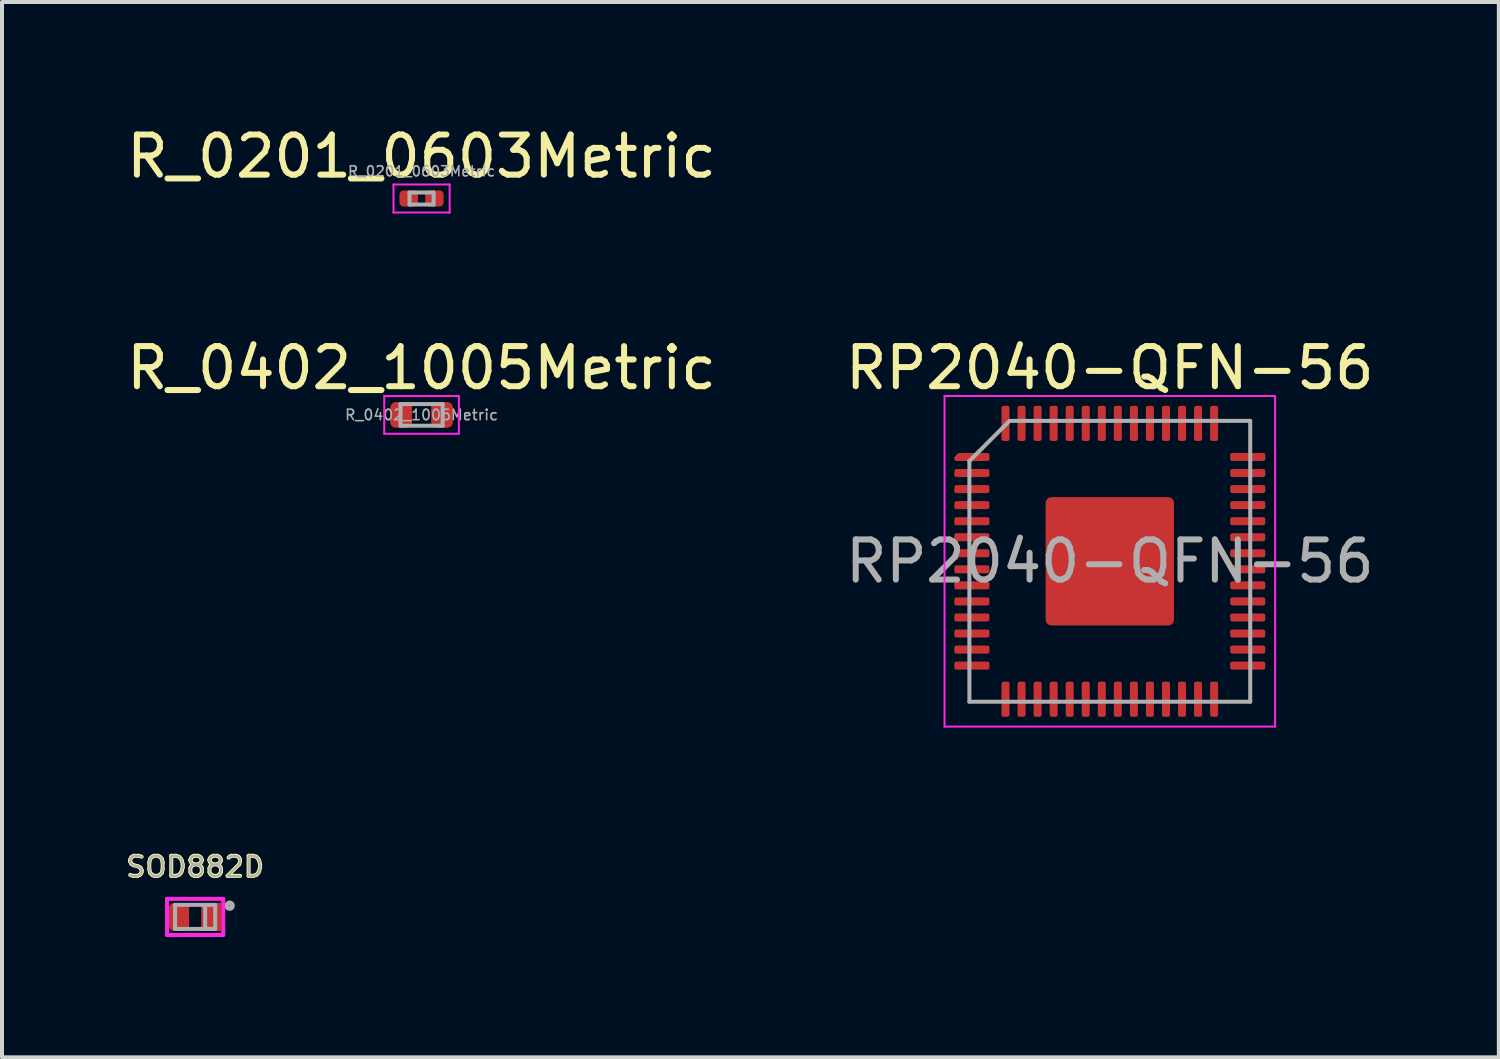
<source format=kicad_pcb>
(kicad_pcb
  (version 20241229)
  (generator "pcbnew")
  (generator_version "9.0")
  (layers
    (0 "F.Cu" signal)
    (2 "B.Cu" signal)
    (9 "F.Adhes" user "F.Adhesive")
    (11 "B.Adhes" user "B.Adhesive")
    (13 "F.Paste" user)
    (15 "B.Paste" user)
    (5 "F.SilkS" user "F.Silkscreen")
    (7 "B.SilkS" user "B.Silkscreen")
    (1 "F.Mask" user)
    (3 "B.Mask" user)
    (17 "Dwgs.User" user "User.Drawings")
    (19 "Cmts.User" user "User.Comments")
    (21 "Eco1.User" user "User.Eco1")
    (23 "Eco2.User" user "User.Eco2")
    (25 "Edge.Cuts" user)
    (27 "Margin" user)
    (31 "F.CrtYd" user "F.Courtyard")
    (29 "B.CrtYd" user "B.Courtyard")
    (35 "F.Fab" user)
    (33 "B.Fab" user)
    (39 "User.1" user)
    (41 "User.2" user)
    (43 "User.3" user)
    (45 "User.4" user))
  (footprint "RP2040-QFN-56"
    (layer "F.Cu")
    (at 24.613 10.941)
    (property "Reference" "RP2040-QFN-56" (at 0 -4.82 0) (layer "F.SilkS") (effects (font (size 1 1) (thickness 0.15))))
    (attr smd)
    (fp_line (start -4.12 -4.12) (end -4.12 4.12) (stroke (width 0.05) (type solid)) (layer "F.CrtYd"))
    (fp_line (start -4.12 4.12) (end 4.12 4.12) (stroke (width 0.05) (type solid)) (layer "F.CrtYd"))
    (fp_line (start 4.12 -4.12) (end -4.12 -4.12) (stroke (width 0.05) (type solid)) (layer "F.CrtYd"))
    (fp_line (start 4.12 4.12) (end 4.12 -4.12) (stroke (width 0.05) (type solid)) (layer "F.CrtYd"))
    (fp_line (start -3.5 -2.5) (end -2.5 -3.5) (stroke (width 0.1) (type solid)) (layer "F.Fab"))
    (fp_line (start -3.5 3.5) (end -3.5 -2.5) (stroke (width 0.1) (type solid)) (layer "F.Fab"))
    (fp_line (start -2.5 -3.5) (end 3.5 -3.5) (stroke (width 0.1) (type solid)) (layer "F.Fab"))
    (fp_line (start 3.5 -3.5) (end 3.5 3.5) (stroke (width 0.1) (type solid)) (layer "F.Fab"))
    (fp_line (start 3.5 3.5) (end -3.5 3.5) (stroke (width 0.1) (type solid)) (layer "F.Fab"))
    (fp_text user "${REFERENCE}" (at 0 0 0) (layer "F.Fab") (effects (font (size 1 1) (thickness 0.15))))
    (pad "" smd roundrect (at -0.637 -0.637) (size 1.084 1.084) (layers "F.Paste") (roundrect_rratio 0.231))
    (pad "" smd roundrect (at -0.637 0.637) (size 1.084 1.084) (layers "F.Paste") (roundrect_rratio 0.231))
    (pad "" smd roundrect (at 0.637 -0.637) (size 1.084 1.084) (layers "F.Paste") (roundrect_rratio 0.231))
    (pad "" smd roundrect (at 0.637 0.637) (size 1.084 1.084) (layers "F.Paste") (roundrect_rratio 0.231))
    (pad "1" smd roundrect (at -3.438 -2.6) (size 0.875 0.2) (layers "F.Cu" "F.Mask" "F.Paste") (roundrect_rratio 0.25) (chamfer_ratio 0.5) (chamfer top_left))
    (pad "2" smd roundrect (at -3.438 -2.2) (size 0.875 0.2) (layers "F.Cu" "F.Mask" "F.Paste") (roundrect_rratio 0.25))
    (pad "3" smd roundrect (at -3.438 -1.8) (size 0.875 0.2) (layers "F.Cu" "F.Mask" "F.Paste") (roundrect_rratio 0.25))
    (pad "4" smd roundrect (at -3.438 -1.4) (size 0.875 0.2) (layers "F.Cu" "F.Mask" "F.Paste") (roundrect_rratio 0.25))
    (pad "5" smd roundrect (at -3.438 -1) (size 0.875 0.2) (layers "F.Cu" "F.Mask" "F.Paste") (roundrect_rratio 0.25))
    (pad "6" smd roundrect (at -3.438 -0.6) (size 0.875 0.2) (layers "F.Cu" "F.Mask" "F.Paste") (roundrect_rratio 0.25))
    (pad "7" smd roundrect (at -3.438 -0.2) (size 0.875 0.2) (layers "F.Cu" "F.Mask" "F.Paste") (roundrect_rratio 0.25))
    (pad "8" smd roundrect (at -3.438 0.2) (size 0.875 0.2) (layers "F.Cu" "F.Mask" "F.Paste") (roundrect_rratio 0.25))
    (pad "9" smd roundrect (at -3.438 0.6) (size 0.875 0.2) (layers "F.Cu" "F.Mask" "F.Paste") (roundrect_rratio 0.25))
    (pad "10" smd roundrect (at -3.438 1) (size 0.875 0.2) (layers "F.Cu" "F.Mask" "F.Paste") (roundrect_rratio 0.25))
    (pad "11" smd roundrect (at -3.438 1.4) (size 0.875 0.2) (layers "F.Cu" "F.Mask" "F.Paste") (roundrect_rratio 0.25))
    (pad "12" smd roundrect (at -3.438 1.8) (size 0.875 0.2) (layers "F.Cu" "F.Mask" "F.Paste") (roundrect_rratio 0.25))
    (pad "13" smd roundrect (at -3.438 2.2) (size 0.875 0.2) (layers "F.Cu" "F.Mask" "F.Paste") (roundrect_rratio 0.25))
    (pad "14" smd roundrect (at -3.438 2.6) (size 0.875 0.2) (layers "F.Cu" "F.Mask" "F.Paste") (roundrect_rratio 0.25))
    (pad "15" smd roundrect (at -2.6 3.438) (size 0.2 0.875) (layers "F.Cu" "F.Mask" "F.Paste") (roundrect_rratio 0.25))
    (pad "16" smd roundrect (at -2.2 3.438) (size 0.2 0.875) (layers "F.Cu" "F.Mask" "F.Paste") (roundrect_rratio 0.25))
    (pad "17" smd roundrect (at -1.8 3.438) (size 0.2 0.875) (layers "F.Cu" "F.Mask" "F.Paste") (roundrect_rratio 0.25))
    (pad "18" smd roundrect (at -1.4 3.438) (size 0.2 0.875) (layers "F.Cu" "F.Mask" "F.Paste") (roundrect_rratio 0.25))
    (pad "19" smd roundrect (at -1 3.438) (size 0.2 0.875) (layers "F.Cu" "F.Mask" "F.Paste") (roundrect_rratio 0.25))
    (pad "20" smd roundrect (at -0.6 3.438) (size 0.2 0.875) (layers "F.Cu" "F.Mask" "F.Paste") (roundrect_rratio 0.25))
    (pad "21" smd roundrect (at -0.2 3.438) (size 0.2 0.875) (layers "F.Cu" "F.Mask" "F.Paste") (roundrect_rratio 0.25))
    (pad "22" smd roundrect (at 0.2 3.438) (size 0.2 0.875) (layers "F.Cu" "F.Mask" "F.Paste") (roundrect_rratio 0.25))
    (pad "23" smd roundrect (at 0.6 3.438) (size 0.2 0.875) (layers "F.Cu" "F.Mask" "F.Paste") (roundrect_rratio 0.25))
    (pad "24" smd roundrect (at 1 3.438) (size 0.2 0.875) (layers "F.Cu" "F.Mask" "F.Paste") (roundrect_rratio 0.25))
    (pad "25" smd roundrect (at 1.4 3.438) (size 0.2 0.875) (layers "F.Cu" "F.Mask" "F.Paste") (roundrect_rratio 0.25))
    (pad "26" smd roundrect (at 1.8 3.438) (size 0.2 0.875) (layers "F.Cu" "F.Mask" "F.Paste") (roundrect_rratio 0.25))
    (pad "27" smd roundrect (at 2.2 3.438) (size 0.2 0.875) (layers "F.Cu" "F.Mask" "F.Paste") (roundrect_rratio 0.25))
    (pad "28" smd roundrect (at 2.6 3.438) (size 0.2 0.875) (layers "F.Cu" "F.Mask" "F.Paste") (roundrect_rratio 0.25))
    (pad "29" smd roundrect (at 3.438 2.6) (size 0.875 0.2) (layers "F.Cu" "F.Mask" "F.Paste") (roundrect_rratio 0.25))
    (pad "30" smd roundrect (at 3.438 2.2) (size 0.875 0.2) (layers "F.Cu" "F.Mask" "F.Paste") (roundrect_rratio 0.25))
    (pad "31" smd roundrect (at 3.438 1.8) (size 0.875 0.2) (layers "F.Cu" "F.Mask" "F.Paste") (roundrect_rratio 0.25))
    (pad "32" smd roundrect (at 3.438 1.4) (size 0.875 0.2) (layers "F.Cu" "F.Mask" "F.Paste") (roundrect_rratio 0.25))
    (pad "33" smd roundrect (at 3.438 1) (size 0.875 0.2) (layers "F.Cu" "F.Mask" "F.Paste") (roundrect_rratio 0.25))
    (pad "34" smd roundrect (at 3.438 0.6) (size 0.875 0.2) (layers "F.Cu" "F.Mask" "F.Paste") (roundrect_rratio 0.25))
    (pad "35" smd roundrect (at 3.438 0.2) (size 0.875 0.2) (layers "F.Cu" "F.Mask" "F.Paste") (roundrect_rratio 0.25))
    (pad "36" smd roundrect (at 3.438 -0.2) (size 0.875 0.2) (layers "F.Cu" "F.Mask" "F.Paste") (roundrect_rratio 0.25))
    (pad "37" smd roundrect (at 3.438 -0.6) (size 0.875 0.2) (layers "F.Cu" "F.Mask" "F.Paste") (roundrect_rratio 0.25))
    (pad "38" smd roundrect (at 3.438 -1) (size 0.875 0.2) (layers "F.Cu" "F.Mask" "F.Paste") (roundrect_rratio 0.25))
    (pad "39" smd roundrect (at 3.438 -1.4) (size 0.875 0.2) (layers "F.Cu" "F.Mask" "F.Paste") (roundrect_rratio 0.25))
    (pad "40" smd roundrect (at 3.438 -1.8) (size 0.875 0.2) (layers "F.Cu" "F.Mask" "F.Paste") (roundrect_rratio 0.25))
    (pad "41" smd roundrect (at 3.438 -2.2) (size 0.875 0.2) (layers "F.Cu" "F.Mask" "F.Paste") (roundrect_rratio 0.25))
    (pad "42" smd roundrect (at 3.438 -2.6) (size 0.875 0.2) (layers "F.Cu" "F.Mask" "F.Paste") (roundrect_rratio 0.25))
    (pad "43" smd roundrect (at 2.6 -3.438) (size 0.2 0.875) (layers "F.Cu" "F.Mask" "F.Paste") (roundrect_rratio 0.25))
    (pad "44" smd roundrect (at 2.2 -3.438) (size 0.2 0.875) (layers "F.Cu" "F.Mask" "F.Paste") (roundrect_rratio 0.25))
    (pad "45" smd roundrect (at 1.8 -3.438) (size 0.2 0.875) (layers "F.Cu" "F.Mask" "F.Paste") (roundrect_rratio 0.25))
    (pad "46" smd roundrect (at 1.4 -3.438) (size 0.2 0.875) (layers "F.Cu" "F.Mask" "F.Paste") (roundrect_rratio 0.25))
    (pad "47" smd roundrect (at 1 -3.438) (size 0.2 0.875) (layers "F.Cu" "F.Mask" "F.Paste") (roundrect_rratio 0.25))
    (pad "48" smd roundrect (at 0.6 -3.438) (size 0.2 0.875) (layers "F.Cu" "F.Mask" "F.Paste") (roundrect_rratio 0.25))
    (pad "49" smd roundrect (at 0.2 -3.438) (size 0.2 0.875) (layers "F.Cu" "F.Mask" "F.Paste") (roundrect_rratio 0.25))
    (pad "50" smd roundrect (at -0.2 -3.438) (size 0.2 0.875) (layers "F.Cu" "F.Mask" "F.Paste") (roundrect_rratio 0.25))
    (pad "51" smd roundrect (at -0.6 -3.438) (size 0.2 0.875) (layers "F.Cu" "F.Mask" "F.Paste") (roundrect_rratio 0.25))
    (pad "52" smd roundrect (at -1 -3.438) (size 0.2 0.875) (layers "F.Cu" "F.Mask" "F.Paste") (roundrect_rratio 0.25))
    (pad "53" smd roundrect (at -1.4 -3.438) (size 0.2 0.875) (layers "F.Cu" "F.Mask" "F.Paste") (roundrect_rratio 0.25))
    (pad "54" smd roundrect (at -1.8 -3.438) (size 0.2 0.875) (layers "F.Cu" "F.Mask" "F.Paste") (roundrect_rratio 0.25))
    (pad "55" smd roundrect (at -2.2 -3.438) (size 0.2 0.875) (layers "F.Cu" "F.Mask" "F.Paste") (roundrect_rratio 0.25))
    (pad "56" smd roundrect (at -2.6 -3.438) (size 0.2 0.875) (layers "F.Cu" "F.Mask" "F.Paste") (roundrect_rratio 0.25))
    (pad "57" smd roundrect (at 0 0) (size 3.2 3.2) (layers "F.Cu" "F.Mask") (roundrect_rratio 0.045)))
  (footprint "R_0402_1005Metric"
    (layer "F.Cu")
    (at 7.458 7.292)
    (property "Reference" "R_0402_1005Metric" (at 0 -1.17 0) (layer "F.SilkS") (effects (font (size 1 1) (thickness 0.15))))
    (attr smd)
    (fp_line (start -0.93 -0.47) (end 0.93 -0.47) (stroke (width 0.05) (type solid)) (layer "F.CrtYd"))
    (fp_line (start -0.93 0.47) (end -0.93 -0.47) (stroke (width 0.05) (type solid)) (layer "F.CrtYd"))
    (fp_line (start 0.93 -0.47) (end 0.93 0.47) (stroke (width 0.05) (type solid)) (layer "F.CrtYd"))
    (fp_line (start 0.93 0.47) (end -0.93 0.47) (stroke (width 0.05) (type solid)) (layer "F.CrtYd"))
    (fp_line (start -0.525 -0.27) (end 0.525 -0.27) (stroke (width 0.1) (type solid)) (layer "F.Fab"))
    (fp_line (start -0.525 0.27) (end -0.525 -0.27) (stroke (width 0.1) (type solid)) (layer "F.Fab"))
    (fp_line (start 0.525 -0.27) (end 0.525 0.27) (stroke (width 0.1) (type solid)) (layer "F.Fab"))
    (fp_line (start 0.525 0.27) (end -0.525 0.27) (stroke (width 0.1) (type solid)) (layer "F.Fab"))
    (fp_text user "${REFERENCE}" (at 0 0 0) (layer "F.Fab") (effects (font (size 0.26 0.26) (thickness 0.04))))
    (pad "1" smd roundrect (at -0.51 0) (size 0.54 0.64) (layers "F.Cu" "F.Mask" "F.Paste") (roundrect_rratio 0.25))
    (pad "2" smd roundrect (at 0.51 0) (size 0.54 0.64) (layers "F.Cu" "F.Mask" "F.Paste") (roundrect_rratio 0.25)))
  (footprint "R_0201_0603Metric"
    (layer "F.Cu")
    (at 7.458 1.898)
    (property "Reference" "R_0201_0603Metric" (at 0 -1.05 180) (layer "F.SilkS") (effects (font (size 1 1) (thickness 0.15))))
    (attr smd)
    (fp_line (start -0.7 -0.35) (end -0.7 0.35) (stroke (width 0.05) (type solid)) (layer "F.CrtYd"))
    (fp_line (start -0.7 0.35) (end 0.7 0.35) (stroke (width 0.05) (type solid)) (layer "F.CrtYd"))
    (fp_line (start 0.7 -0.35) (end -0.7 -0.35) (stroke (width 0.05) (type solid)) (layer "F.CrtYd"))
    (fp_line (start 0.7 0.35) (end 0.7 -0.35) (stroke (width 0.05) (type solid)) (layer "F.CrtYd"))
    (fp_line (start -0.3 -0.15) (end -0.3 0.15) (stroke (width 0.1) (type solid)) (layer "F.Fab"))
    (fp_line (start -0.3 0.15) (end 0.3 0.15) (stroke (width 0.1) (type solid)) (layer "F.Fab"))
    (fp_line (start 0.3 -0.15) (end -0.3 -0.15) (stroke (width 0.1) (type solid)) (layer "F.Fab"))
    (fp_line (start 0.3 0.15) (end 0.3 -0.15) (stroke (width 0.1) (type solid)) (layer "F.Fab"))
    (fp_text user "${REFERENCE}" (at 0 -0.68 180) (layer "F.Fab") (effects (font (size 0.25 0.25) (thickness 0.04))))
    (pad "" smd roundrect (at -0.345 0) (size 0.318 0.36) (layers "F.Paste") (roundrect_rratio 0.25))
    (pad "" smd roundrect (at 0.345 0) (size 0.318 0.36) (layers "F.Paste") (roundrect_rratio 0.25))
    (pad "1" smd roundrect (at -0.32 0) (size 0.46 0.4) (layers "F.Cu" "F.Mask") (roundrect_rratio 0.25))
    (pad "2" smd roundrect (at 0.32 0) (size 0.46 0.4) (layers "F.Cu" "F.Mask") (roundrect_rratio 0.25)))
  (footprint "SOD882D"
    (layer "F.Cu")
    (at 1.814 19.805)
    (property "Reference" "SOD882D" (at 0 -1.25 0) (layer "F.SilkS") (effects (font (size 0.5 0.5) (thickness 0.1))))
    (attr smd)
    (fp_line (start -0.7 -0.45) (end 0.7 -0.45) (stroke (width 0.1) (type solid)) (layer "F.CrtYd"))
    (fp_line (start -0.7 0.45) (end -0.7 -0.45) (stroke (width 0.1) (type solid)) (layer "F.CrtYd"))
    (fp_line (start 0.7 -0.45) (end 0.7 0.45) (stroke (width 0.1) (type solid)) (layer "F.CrtYd"))
    (fp_line (start 0.7 0.45) (end -0.7 0.45) (stroke (width 0.1) (type solid)) (layer "F.CrtYd"))
    (fp_line (start -0.5 -0.3) (end 0.5 -0.3) (stroke (width 0.1) (type solid)) (layer "F.Fab"))
    (fp_line (start -0.5 0.3) (end -0.5 -0.3) (stroke (width 0.1) (type solid)) (layer "F.Fab"))
    (fp_line (start 0.25 -0.3) (end 0.25 0.3) (stroke (width 0.1) (type solid)) (layer "F.Fab"))
    (fp_line (start 0.5 -0.3) (end 0.5 0.3) (stroke (width 0.1) (type solid)) (layer "F.Fab"))
    (fp_line (start 0.5 0.3) (end -0.5 0.3) (stroke (width 0.1) (type solid)) (layer "F.Fab"))
    (fp_circle (center 0.86 -0.28) (end 0.87 -0.28) (stroke (width 0.12) (type solid)) (fill no) (layer "F.Fab"))
    (fp_text user "${REFERENCE}" (at 0 -1.25 0) (layer "F.Fab") (effects (font (size 0.5 0.5) (thickness 0.05))))
    (pad "1" smd rect (at 0.4 0) (size 0.5 0.7) (layers "F.Cu" "F.Mask" "F.Paste"))
    (pad "2" smd roundrect (at -0.4 0) (size 0.5 0.7) (layers "F.Cu" "F.Mask" "F.Paste") (roundrect_rratio 0.25)))
  (gr_rect
    (start -3 -3)
    (end 34.31 23.305)
    (stroke (width 0.1) (type default))
    (fill no)
    (layer "Edge.Cuts")))
</source>
